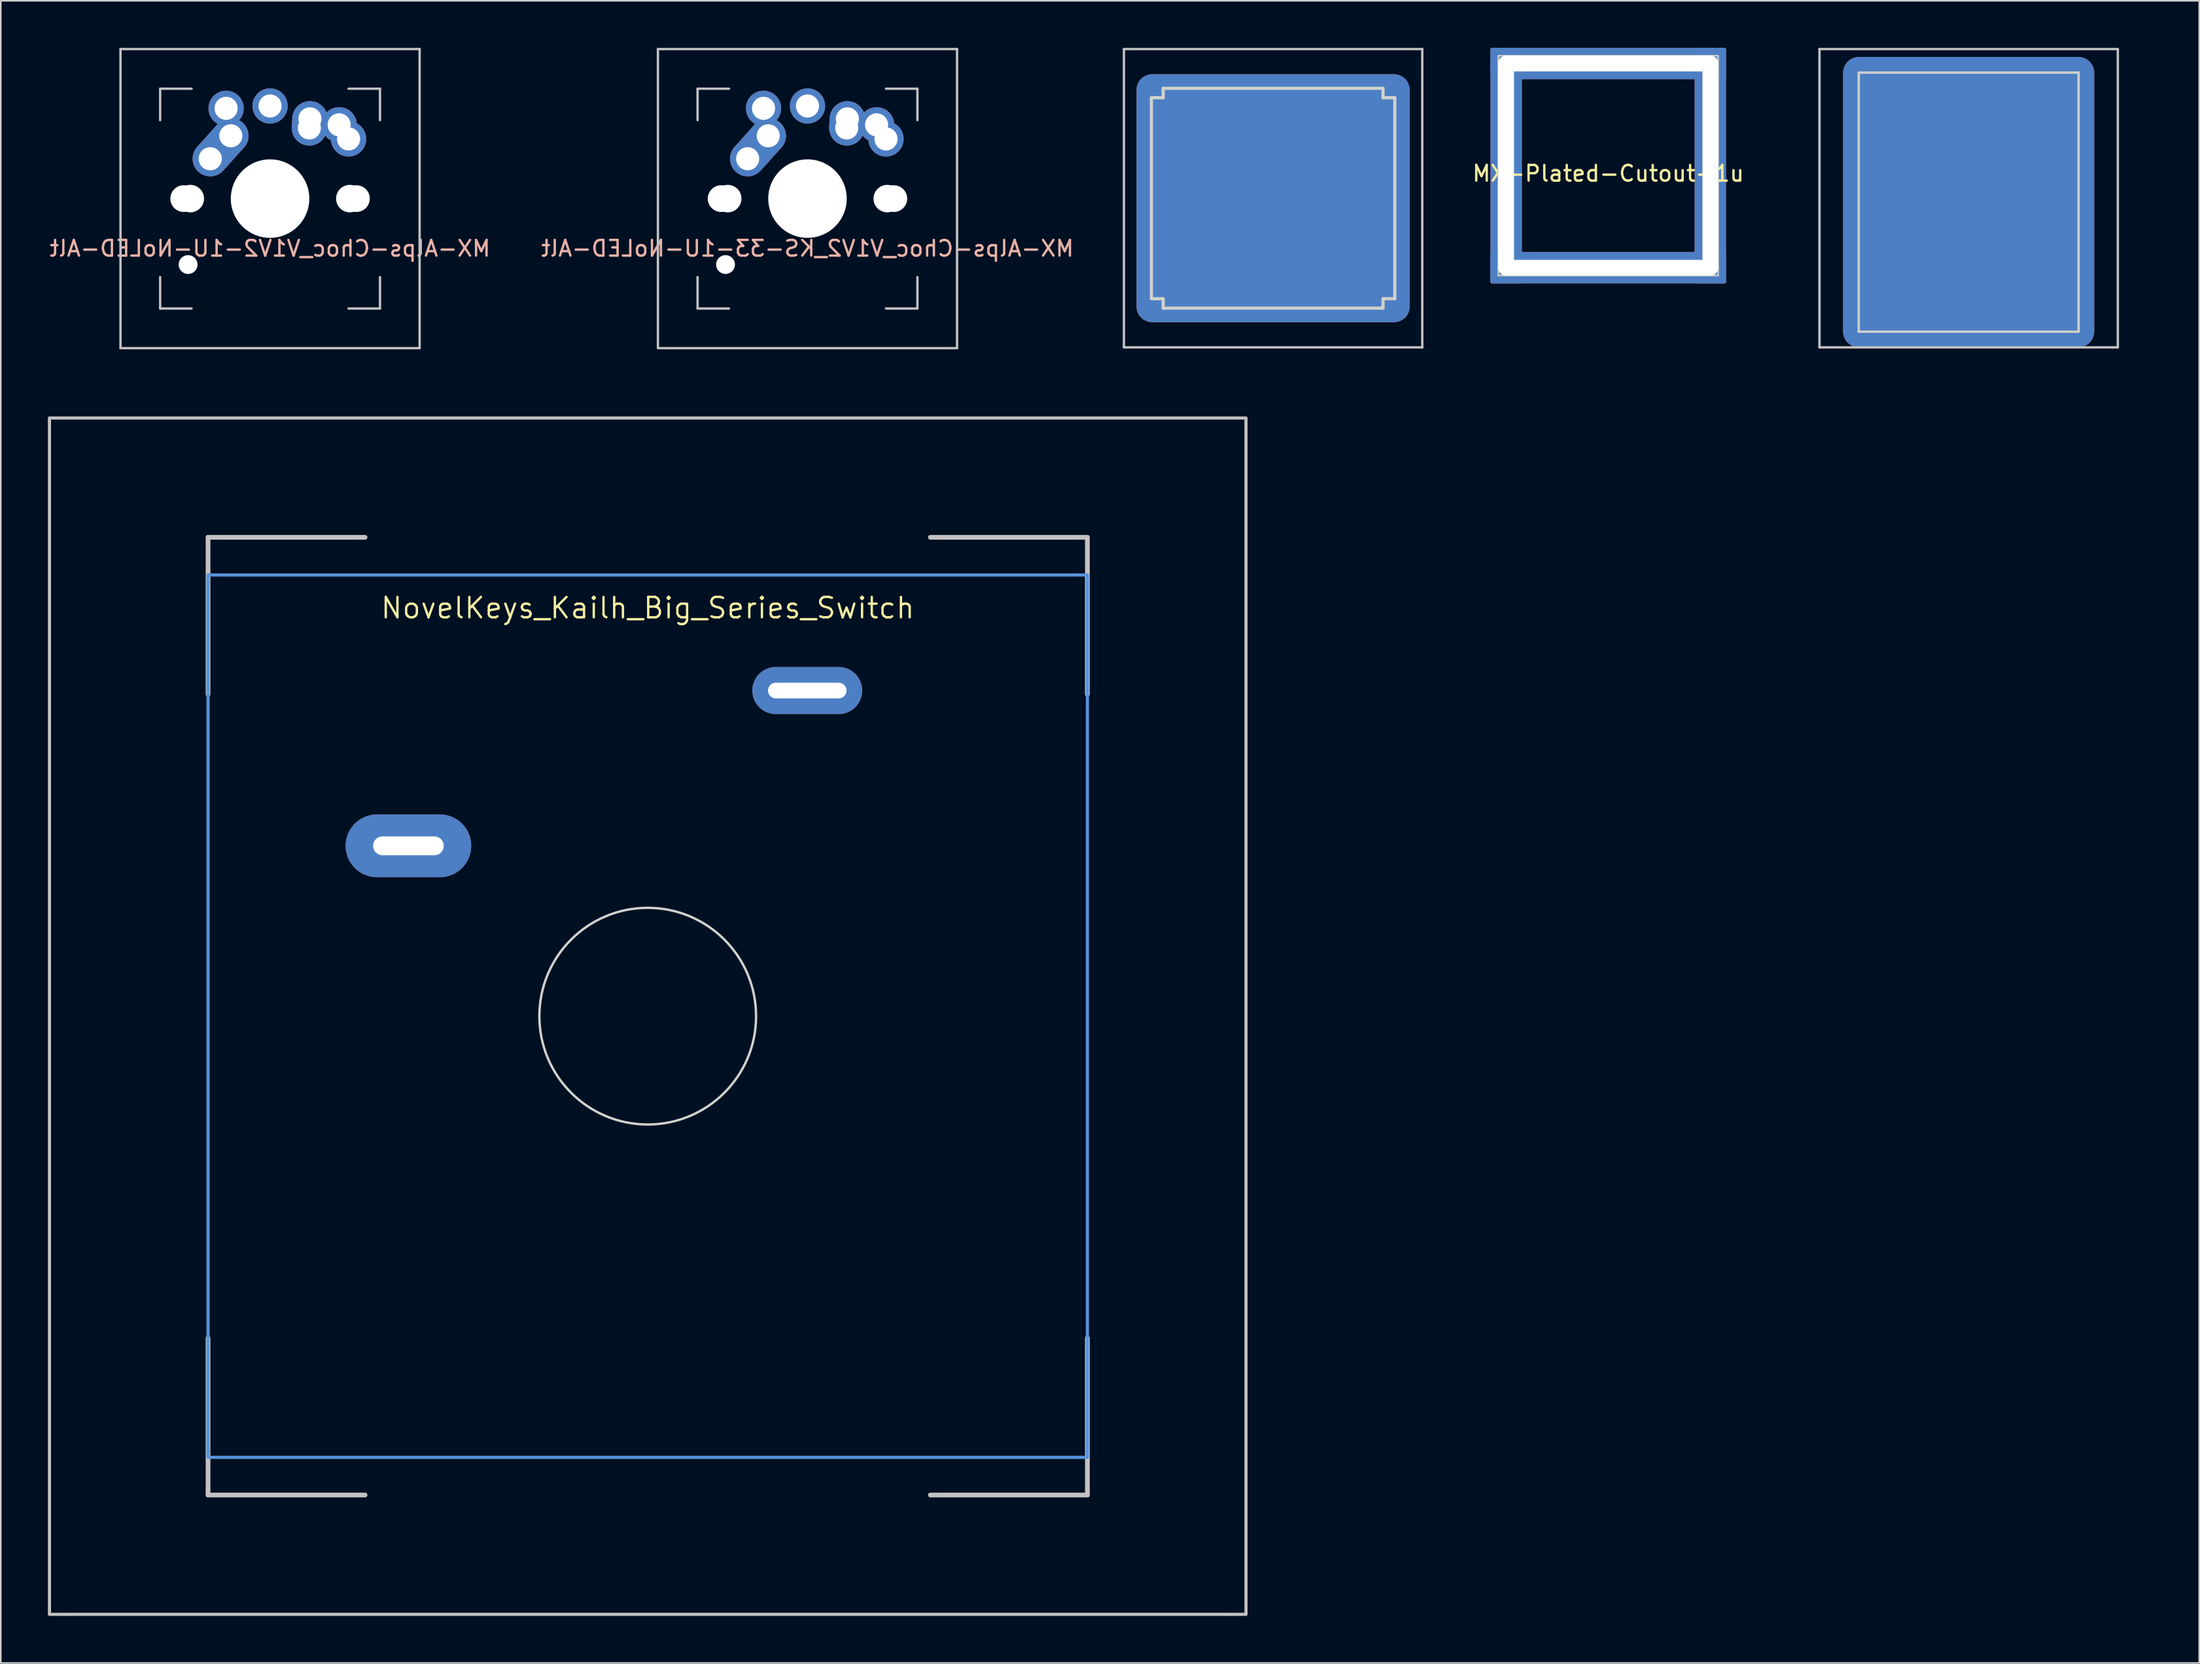
<source format=kicad_pcb>
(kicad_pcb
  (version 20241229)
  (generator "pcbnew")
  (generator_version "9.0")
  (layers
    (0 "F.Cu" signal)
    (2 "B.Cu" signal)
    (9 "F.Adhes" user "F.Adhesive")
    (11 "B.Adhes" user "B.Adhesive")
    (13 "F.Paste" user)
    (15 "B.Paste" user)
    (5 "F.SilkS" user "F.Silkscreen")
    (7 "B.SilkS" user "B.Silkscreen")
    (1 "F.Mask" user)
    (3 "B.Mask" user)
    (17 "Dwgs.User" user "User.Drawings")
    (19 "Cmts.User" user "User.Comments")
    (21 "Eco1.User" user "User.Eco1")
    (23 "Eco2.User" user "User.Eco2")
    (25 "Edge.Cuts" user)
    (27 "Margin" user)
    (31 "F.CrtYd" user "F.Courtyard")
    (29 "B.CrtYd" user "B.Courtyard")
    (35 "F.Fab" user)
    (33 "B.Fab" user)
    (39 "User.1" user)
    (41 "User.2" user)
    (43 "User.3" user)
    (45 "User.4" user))
  (footprint "MX-Alps_DMask-cutout"
    (layer "F.Cu")
    (at 78.027 9.575)
    (property "Reference" "MX-Alps_DMask-cutout" (at 0.25 10.05 0) (layer "Eco2.User") (effects (font (size 1 1) (thickness 0.15))))
    (fp_line (start -9.5 -9.5) (end 9.5 -9.5) (stroke (width 0.15) (type solid)) (layer "Dwgs.User"))
    (fp_line (start -9.5 9.5) (end -9.5 -9.5) (stroke (width 0.15) (type solid)) (layer "Dwgs.User"))
    (fp_line (start 9.5 -9.5) (end 9.5 9.5) (stroke (width 0.15) (type solid)) (layer "Dwgs.User"))
    (fp_line (start 9.5 9.5) (end -9.5 9.5) (stroke (width 0.15) (type solid)) (layer "Dwgs.User"))
    (fp_line (start -7.75 -6.4) (end -7.75 6.4) (stroke (width 0.2) (type solid)) (layer "Edge.Cuts"))
    (fp_line (start -7.75 -6.4) (end -7 -6.4) (stroke (width 0.2) (type solid)) (layer "Edge.Cuts"))
    (fp_line (start -7 -7) (end 7 -7) (stroke (width 0.2) (type solid)) (layer "Edge.Cuts"))
    (fp_line (start -7 -6.4) (end -7 -7) (stroke (width 0.2) (type solid)) (layer "Edge.Cuts"))
    (fp_line (start -7 6.4) (end -7.75 6.4) (stroke (width 0.2) (type solid)) (layer "Edge.Cuts"))
    (fp_line (start -7 7) (end -7 6.4) (stroke (width 0.2) (type solid)) (layer "Edge.Cuts"))
    (fp_line (start -7 7) (end 7 7) (stroke (width 0.2) (type solid)) (layer "Edge.Cuts"))
    (fp_line (start 7 -7) (end 7 -6.4) (stroke (width 0.2) (type solid)) (layer "Edge.Cuts"))
    (fp_line (start 7 -6.4) (end 7.75 -6.4) (stroke (width 0.2) (type solid)) (layer "Edge.Cuts"))
    (fp_line (start 7 6.4) (end 7 7) (stroke (width 0.2) (type solid)) (layer "Edge.Cuts"))
    (fp_line (start 7.75 -6.4) (end 7.75 6.4) (stroke (width 0.2) (type solid)) (layer "Edge.Cuts"))
    (fp_line (start 7.75 6.4) (end 7 6.4) (stroke (width 0.2) (type solid)) (layer "Edge.Cuts"))
    (pad "1" smd roundrect (at 0 0 180) (size 17.4 15.8) (layers "F.Cu" "F.Mask") (roundrect_rratio 0.063))
    (pad "1" smd roundrect (at 0 0 180) (size 17.4 15.8) (layers "B.Cu" "B.Mask") (roundrect_rratio 0.063)))
  (footprint "NovelKeys_Kailh_Big_Series_Switch"
    (layer "F.Cu")
    (at 38.2 61.673)
    (property "Reference" "NovelKeys_Kailh_Big_Series_Switch" (at 0 -26 0) (layer "F.SilkS") (effects (font (size 1.3 1.3) (thickness 0.15))))
    (attr through_hole)
    (fp_line (start -28 -30.5) (end -18 -30.5) (stroke (width 0.3) (type solid)) (layer "Dwgs.User"))
    (fp_line (start -28 -20.5) (end -28 -30.5) (stroke (width 0.3) (type solid)) (layer "Dwgs.User"))
    (fp_line (start -28 30.5) (end -28 20.5) (stroke (width 0.3) (type solid)) (layer "Dwgs.User"))
    (fp_line (start -18 30.5) (end -28 30.5) (stroke (width 0.3) (type solid)) (layer "Dwgs.User"))
    (fp_line (start 18 -30.5) (end 28 -30.5) (stroke (width 0.3) (type solid)) (layer "Dwgs.User"))
    (fp_line (start 28 -30.5) (end 28 -20.5) (stroke (width 0.3) (type solid)) (layer "Dwgs.User"))
    (fp_line (start 28 20.5) (end 28 30.5) (stroke (width 0.3) (type solid)) (layer "Dwgs.User"))
    (fp_line (start 28 30.5) (end 18 30.5) (stroke (width 0.3) (type solid)) (layer "Dwgs.User"))
    (fp_rect (start 38.1 38.1) (end -38.1 -38.1) (stroke (width 0.2) (type solid)) (fill no) (layer "Dwgs.User"))
    (fp_rect (start -28 -28.1) (end 28 28.1) (stroke (width 0.2) (type solid)) (fill no) (layer "Cmts.User"))
    (fp_circle (center 0 0) (end 0 -6.9) (stroke (width 0.15) (type solid)) (fill no) (layer "Edge.Cuts"))
    (pad "1" thru_hole oval (at -15.24 -10.85) (size 8 4) (drill oval 4.5 1.2) (layers "*.Cu" "*.Mask"))
    (pad "2" thru_hole oval (at 10.16 -20.74) (size 7 3) (drill oval 5 1) (layers "*.Cu" "*.Mask")))
  (footprint "MX-Alps-Choc_V1V2-1U-NoLED-Alt"
    (layer "F.Cu")
    (at 14.149 9.6)
    (property "Reference" "MX-Alps-Choc_V1V2-1U-NoLED-Alt" (at 0 3.175 0) (layer "B.SilkS") (effects (font (size 1 1) (thickness 0.15)) (justify mirror)))
    (attr through_hole)
    (fp_line (start -9.525 -9.525) (end 9.525 -9.525) (stroke (width 0.15) (type solid)) (layer "Dwgs.User"))
    (fp_line (start -9.525 9.525) (end -9.525 -9.525) (stroke (width 0.15) (type solid)) (layer "Dwgs.User"))
    (fp_line (start -7 -7) (end -7 -5) (stroke (width 0.15) (type solid)) (layer "Dwgs.User"))
    (fp_line (start -7 5) (end -7 7) (stroke (width 0.15) (type solid)) (layer "Dwgs.User"))
    (fp_line (start -7 7) (end -5 7) (stroke (width 0.15) (type solid)) (layer "Dwgs.User"))
    (fp_line (start -5 -7) (end -7 -7) (stroke (width 0.15) (type solid)) (layer "Dwgs.User"))
    (fp_line (start 5 -7) (end 7 -7) (stroke (width 0.15) (type solid)) (layer "Dwgs.User"))
    (fp_line (start 5 7) (end 7 7) (stroke (width 0.15) (type solid)) (layer "Dwgs.User"))
    (fp_line (start 7 -7) (end 7 -5) (stroke (width 0.15) (type solid)) (layer "Dwgs.User"))
    (fp_line (start 7 7) (end 7 5) (stroke (width 0.15) (type solid)) (layer "Dwgs.User"))
    (fp_line (start 9.525 -9.525) (end 9.525 9.525) (stroke (width 0.15) (type solid)) (layer "Dwgs.User"))
    (fp_line (start 9.525 9.525) (end -9.525 9.525) (stroke (width 0.15) (type solid)) (layer "Dwgs.User"))
    (pad "" np_thru_hole circle (at -5.5 0 48.1) (size 1.7 1.7) (drill 1.7) (layers "*.Cu" "*.Mask"))
    (pad "" np_thru_hole circle (at -5.22 4.2 48.1) (size 1.2 1.2) (drill 1.2) (layers "*.Cu" "*.Mask"))
    (pad "" np_thru_hole circle (at -5.08 0 48.1) (size 1.75 1.75) (drill 1.75) (layers "*.Cu" "*.Mask"))
    (pad "" np_thru_hole circle (at 0 0) (size 5 5) (drill 5) (layers "*.Cu" "*.Mask"))
    (pad "" np_thru_hole circle (at 5.08 0 48.1) (size 1.75 1.75) (drill 1.75) (layers "*.Cu" "*.Mask"))
    (pad "" np_thru_hole circle (at 5.5 0 48.1) (size 1.7 1.7) (drill 1.7) (layers "*.Cu" "*.Mask"))
    (pad "1" thru_hole oval (at 2.5 -4.5 86.1) (size 2.831 2.25) (drill 1.47 (offset 0.291 0)) (layers "*.Cu" "*.Mask"))
    (pad "1" thru_hole circle (at 2.54 -5.08) (size 2.25 2.25) (drill 1.47) (layers "*.Cu" "*.Mask"))
    (pad "1" thru_hole circle (at 4.4 -4.7) (size 2.25 2.25) (drill 1.47) (layers "*.Cu" "*.Mask"))
    (pad "1" thru_hole circle (at 5 -3.8) (size 2.25 2.25) (drill 1.47) (layers "*.Cu" "*.Mask"))
    (pad "2" thru_hole oval (at -3.81 -2.54 48.1) (size 4.212 2.25) (drill 1.47 (offset 0.981 0)) (layers "*.Cu" "*.Mask"))
    (pad "2" thru_hole circle (at -2.8 -5.75) (size 2.25 2.25) (drill 1.47) (layers "*.Cu" "*.Mask"))
    (pad "2" thru_hole circle (at -2.5 -4) (size 2.25 2.25) (drill 1.47) (layers "*.Cu" "*.Mask"))
    (pad "2" thru_hole circle (at 0 -5.9) (size 2.25 2.25) (drill 1.47) (layers "*.Cu" "*.Mask")))
  (footprint "MX-Plated-Cutout-1u"
    (layer "F.Cu")
    (at 99.37 7.5)
    (property "Reference" "MX-Plated-Cutout-1u" (at 0 0.5 0) (unlocked yes) (layer "F.SilkS") (effects (font (size 1 1) (thickness 0.15))))
    (attr through_hole)
    (fp_poly (pts (xy 7 7) (xy -7 7) (xy -7 -7) (xy 7 -7)) (stroke (width 0.1) (type solid)) (fill no) (layer "Edge.Cuts"))
    (pad "1" thru_hole roundrect (at -6.5 0 90) (size 15 2) (drill oval 14 1) (layers "*.Cu" "*.Mask") (roundrect_rratio 0.05))
    (pad "1" thru_hole roundrect (at 0 -6.5) (size 15 2) (drill oval 14 1) (layers "*.Cu" "*.Mask") (roundrect_rratio 0.05))
    (pad "1" thru_hole roundrect (at 0 6.5) (size 15 2) (drill oval 14 1) (layers "*.Cu" "*.Mask") (roundrect_rratio 0.05))
    (pad "1" thru_hole roundrect (at 6.5 0 90) (size 15 2) (drill oval 14 1) (layers "*.Cu" "*.Mask") (roundrect_rratio 0.05)))
  (footprint "MX-Alps-Choc_V1V2_KS-33-1U-NoLED-Alt"
    (layer "F.Cu")
    (at 48.375 9.6)
    (property "Reference" "MX-Alps-Choc_V1V2_KS-33-1U-NoLED-Alt" (at 0 3.175 0) (layer "B.SilkS") (effects (font (size 1 1) (thickness 0.15)) (justify mirror)))
    (attr through_hole)
    (fp_line (start -9.525 -9.525) (end 9.525 -9.525) (stroke (width 0.15) (type solid)) (layer "Dwgs.User"))
    (fp_line (start -9.525 9.525) (end -9.525 -9.525) (stroke (width 0.15) (type solid)) (layer "Dwgs.User"))
    (fp_line (start -7 -7) (end -7 -5) (stroke (width 0.15) (type solid)) (layer "Dwgs.User"))
    (fp_line (start -7 5) (end -7 7) (stroke (width 0.15) (type solid)) (layer "Dwgs.User"))
    (fp_line (start -7 7) (end -5 7) (stroke (width 0.15) (type solid)) (layer "Dwgs.User"))
    (fp_line (start -5 -7) (end -7 -7) (stroke (width 0.15) (type solid)) (layer "Dwgs.User"))
    (fp_line (start 5 -7) (end 7 -7) (stroke (width 0.15) (type solid)) (layer "Dwgs.User"))
    (fp_line (start 5 7) (end 7 7) (stroke (width 0.15) (type solid)) (layer "Dwgs.User"))
    (fp_line (start 7 -7) (end 7 -5) (stroke (width 0.15) (type solid)) (layer "Dwgs.User"))
    (fp_line (start 7 7) (end 7 5) (stroke (width 0.15) (type solid)) (layer "Dwgs.User"))
    (fp_line (start 9.525 -9.525) (end 9.525 9.525) (stroke (width 0.15) (type solid)) (layer "Dwgs.User"))
    (fp_line (start 9.525 9.525) (end -9.525 9.525) (stroke (width 0.15) (type solid)) (layer "Dwgs.User"))
    (pad "" np_thru_hole circle (at -5.5 0 48.1) (size 1.7 1.7) (drill 1.7) (layers "*.Cu" "*.Mask"))
    (pad "" np_thru_hole circle (at -5.22 4.2 48.1) (size 1.2 1.2) (drill 1.2) (layers "*.Cu" "*.Mask"))
    (pad "" np_thru_hole circle (at -5.08 0 48.1) (size 1.75 1.75) (drill 1.75) (layers "*.Cu" "*.Mask"))
    (pad "" np_thru_hole circle (at 0 0) (size 5 5) (drill 5) (layers "*.Cu" "*.Mask"))
    (pad "" np_thru_hole circle (at 5.08 0 48.1) (size 1.75 1.75) (drill 1.75) (layers "*.Cu" "*.Mask"))
    (pad "" np_thru_hole circle (at 5.5 0 48.1) (size 1.7 1.7) (drill 1.7) (layers "*.Cu" "*.Mask"))
    (pad "1" thru_hole oval (at 2.5 -4.5 86.1) (size 2.831 2.25) (drill 1.47 (offset 0.291 0)) (layers "*.Cu" "*.Mask"))
    (pad "1" thru_hole circle (at 2.54 -5.08) (size 2.25 2.25) (drill 1.47) (layers "*.Cu" "*.Mask"))
    (pad "1" thru_hole circle (at 4.4 -4.7) (size 2.25 2.25) (drill 1.47) (layers "*.Cu" "*.Mask"))
    (pad "1" thru_hole circle (at 5 -3.8) (size 2.25 2.25) (drill 1.47) (layers "*.Cu" "*.Mask"))
    (pad "2" thru_hole oval (at -3.81 -2.54 48.1) (size 4.212 2.25) (drill 1.47 (offset 0.981 0)) (layers "*.Cu" "*.Mask"))
    (pad "2" thru_hole circle (at -2.8 -5.75) (size 2.25 2.25) (drill 1.47) (layers "*.Cu" "*.Mask"))
    (pad "2" thru_hole circle (at -2.5 -4) (size 2.25 2.25) (drill 1.47) (layers "*.Cu" "*.Mask"))
    (pad "2" thru_hole circle (at 0 -5.9) (size 2.25 2.25) (drill 1.47) (layers "*.Cu" "*.Mask")))
  (footprint "MX_FMask-with-EC11-cutout"
    (layer "F.Cu")
    (at 122.323 9.575)
    (property "Reference" "MX_FMask-with-EC11-cutout" (at 0.25 10.05 0) (layer "Eco2.User") (effects (font (size 1 1) (thickness 0.15))))
    (attr through_hole)
    (fp_line (start -9.5 -9.5) (end 9.5 -9.5) (stroke (width 0.15) (type solid)) (layer "Dwgs.User"))
    (fp_line (start -9.5 9.5) (end -9.5 -9.5) (stroke (width 0.15) (type solid)) (layer "Dwgs.User"))
    (fp_line (start 9.5 -9.5) (end 9.5 9.5) (stroke (width 0.15) (type solid)) (layer "Dwgs.User"))
    (fp_line (start 9.5 9.5) (end -9.5 9.5) (stroke (width 0.15) (type solid)) (layer "Dwgs.User"))
    (fp_line (start -7 -8) (end -7 8.5) (stroke (width 0.15) (type solid)) (layer "Edge.Cuts"))
    (fp_line (start -7 8.5) (end 7 8.5) (stroke (width 0.15) (type solid)) (layer "Edge.Cuts"))
    (fp_line (start 7 -8) (end -7 -8) (stroke (width 0.15) (type solid)) (layer "Edge.Cuts"))
    (fp_line (start 7 8.5) (end 7 -8) (stroke (width 0.15) (type solid)) (layer "Edge.Cuts"))
    (pad "1" smd roundrect (at 0 0.25 180) (size 16 18.5) (layers "F.Cu" "F.Mask") (roundrect_rratio 0.063))
    (pad "1" smd roundrect (at 0 0.25 180) (size 16 18.5) (layers "B.Cu" "B.Mask") (roundrect_rratio 0.063)))
  (gr_rect
    (start -3 -3)
    (end 137.007 102.873)
    (stroke (width 0.1) (type default))
    (fill no)
    (layer "Edge.Cuts")))
</source>
